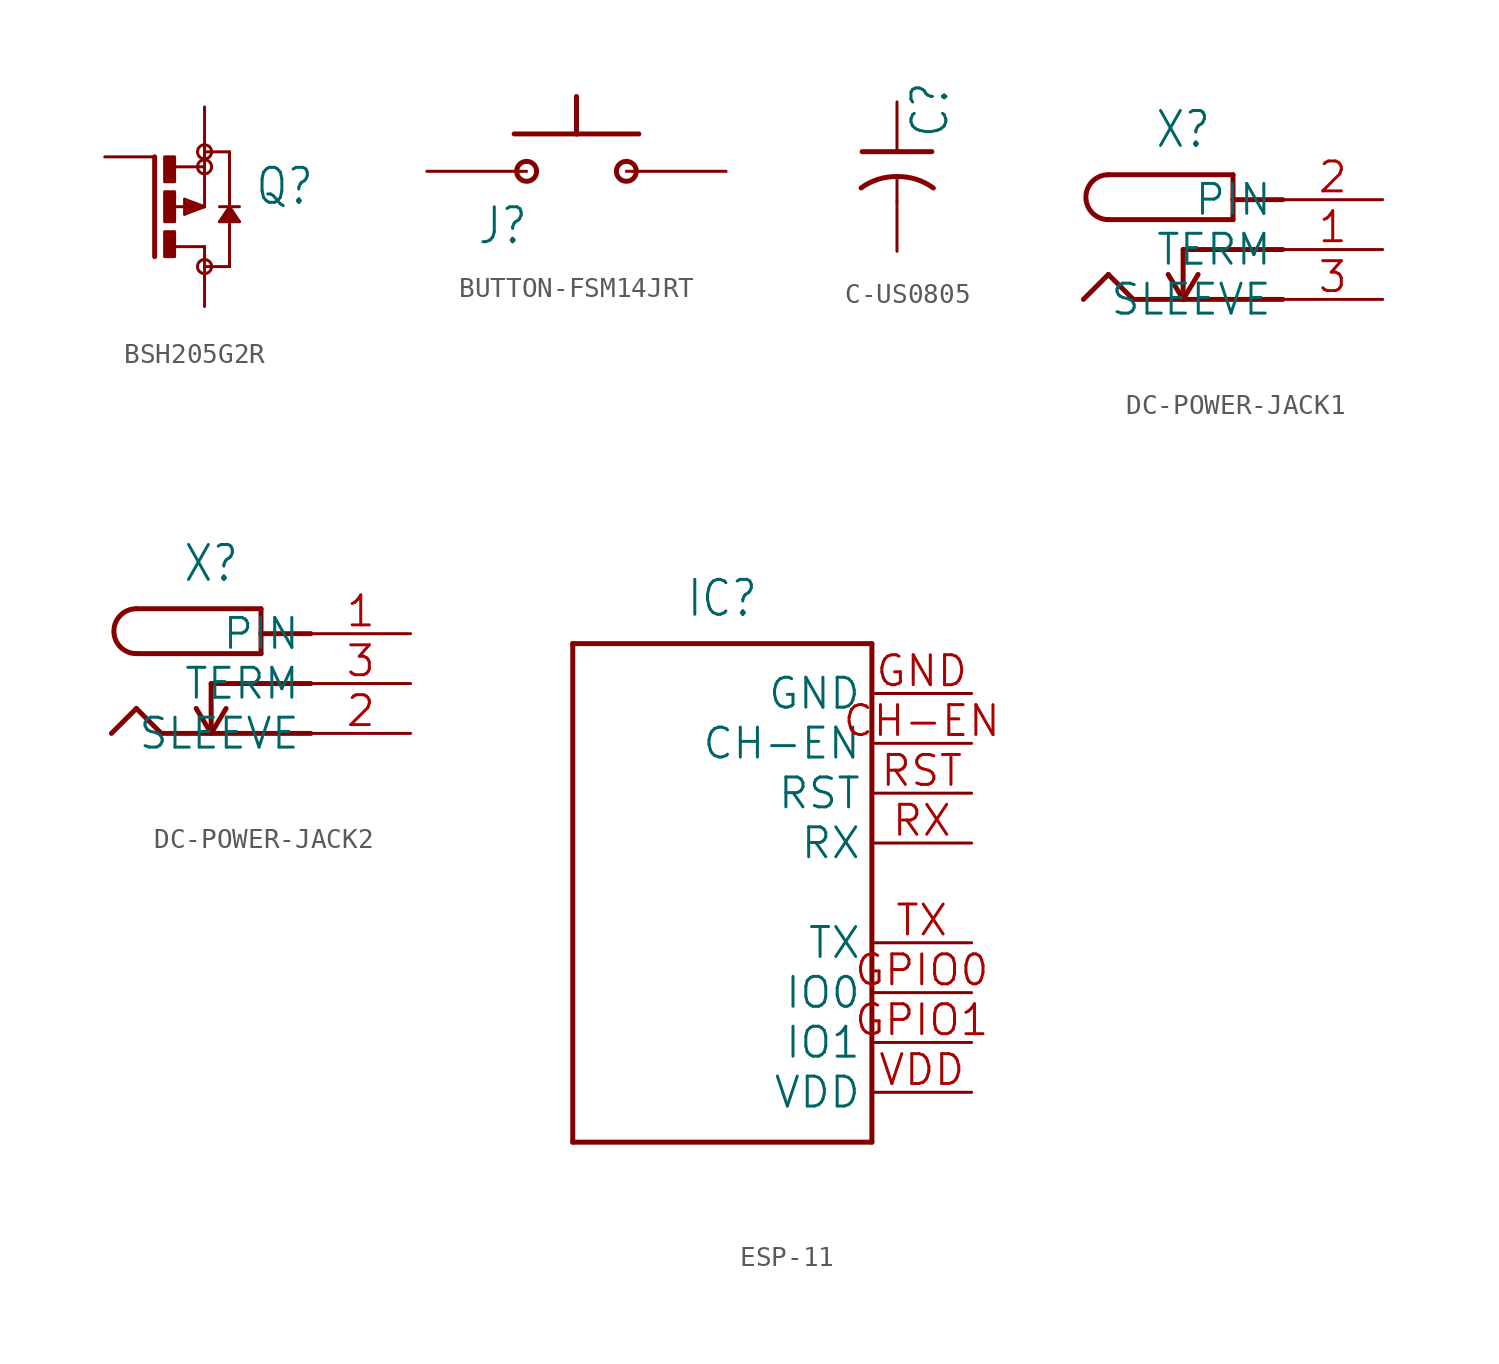
<source format=kicad_sym>
(kicad_symbol_lib
  (version 20241209)
  (generator "kicad_symbol_editor")
  (generator_version "9.0")
  (symbol "BSH205G2R"
    (property "Reference" "Q"
      (at 2.54 0 0)
      (effects (font (size 1.778 1.511)) (justify left bottom)))
    (property "Value" ""
      (at 2.54 -2.54 0)
      (effects (font (size 1.778 1.511)) (justify left bottom)))
    (property "ki_locked" ""
      (at 0 0 0)
      (effects (font (size 1.27 1.27))))
    (symbol "BSH205G2R_1_0"
      (polyline (pts (xy -2.54 2.54) (xy -2.54 -2.54)) (stroke (width 0.254) (type solid)) (fill (type none)))
      (rectangle (start -2.032 1.27) (end -1.524 2.54) (stroke (width 0) (type default)) (fill (type outline)))
      (rectangle (start -2.032 -0.762) (end -1.524 0.762) (stroke (width 0) (type default)) (fill (type outline)))
      (rectangle (start -2.032 -2.54) (end -1.524 -1.27) (stroke (width 0) (type default)) (fill (type outline)))
      (polyline (pts (xy -1.524 2.032) (xy 0 2.032)) (stroke (width 0.152) (type solid)) (fill (type none)))
      (polyline (pts (xy -1.524 0) (xy -0.508 0)) (stroke (width 0.152) (type solid)) (fill (type none)))
      (polyline (pts (xy -1.524 -2.032) (xy 0 -2.032)) (stroke (width 0.152) (type solid)) (fill (type none)))
      (polyline (pts (xy -1.016 0.381) (xy -1.016 -0.381)) (stroke (width 0.152) (type solid)) (fill (type none)))
      (polyline (pts (xy -1.016 -0.381) (xy 0 0)) (stroke (width 0.152) (type solid)) (fill (type none)))
      (polyline (pts (xy -0.889 0.127) (xy -0.508 0)) (stroke (width 0.254) (type solid)) (fill (type none)))
      (polyline (pts (xy -0.889 -0.127) (xy -0.889 0.127)) (stroke (width 0.254) (type solid)) (fill (type none)))
      (polyline (pts (xy -0.508 0) (xy -0.381 0)) (stroke (width 0.152) (type solid)) (fill (type none)))
      (polyline (pts (xy -0.381 0) (xy -0.889 -0.127)) (stroke (width 0.254) (type solid)) (fill (type none)))
      (polyline (pts (xy -0.381 0) (xy 0 0)) (stroke (width 0.152) (type solid)) (fill (type none)))
      (circle (center 0 2.794) (radius 0.359) (stroke (width 0) (type solid)) (fill (type none)))
      (circle (center 0 2.032) (radius 0.359) (stroke (width 0) (type solid)) (fill (type none)))
      (polyline (pts (xy 0 2.032) (xy 0 2.794)) (stroke (width 0.152) (type solid)) (fill (type none)))
      (polyline (pts (xy 0 0) (xy -1.016 0.381)) (stroke (width 0.152) (type solid)) (fill (type none)))
      (polyline (pts (xy 0 0) (xy 0 2.032)) (stroke (width 0.152) (type solid)) (fill (type none)))
      (polyline (pts (xy 0 -2.032) (xy 0 -2.54)) (stroke (width 0.152) (type solid)) (fill (type none)))
      (polyline (pts (xy 0 -3.048) (xy 1.27 -3.048)) (stroke (width 0.152) (type solid)) (fill (type none)))
      (circle (center 0 -3.048) (radius 0.359) (stroke (width 0) (type solid)) (fill (type none)))
      (polyline (pts (xy 0.762 0) (xy 1.778 0)) (stroke (width 0.152) (type solid)) (fill (type none)))
      (polyline (pts (xy 0.762 -0.762) (xy 1.778 -0.762)) (stroke (width 0.152) (type solid)) (fill (type none)))
      (polyline (pts (xy 1.016 -0.635) (xy 1.524 -0.635)) (stroke (width 0.254) (type solid)) (fill (type none)))
      (polyline (pts (xy 1.27 2.794) (xy 0 2.794)) (stroke (width 0.152) (type solid)) (fill (type none)))
      (polyline (pts (xy 1.27 0) (xy 0.762 -0.762)) (stroke (width 0.152) (type solid)) (fill (type none)))
      (polyline (pts (xy 1.27 0) (xy 1.27 2.794)) (stroke (width 0.152) (type solid)) (fill (type none)))
      (polyline (pts (xy 1.27 -0.254) (xy 1.016 -0.635)) (stroke (width 0.254) (type solid)) (fill (type none)))
      (polyline (pts (xy 1.27 -0.254) (xy 1.27 0)) (stroke (width 0.152) (type solid)) (fill (type none)))
      (polyline (pts (xy 1.27 -3.048) (xy 1.27 -0.254)) (stroke (width 0.152) (type solid)) (fill (type none)))
      (polyline (pts (xy 1.524 -0.635) (xy 1.27 -0.254)) (stroke (width 0.254) (type solid)) (fill (type none)))
      (polyline (pts (xy 1.778 -0.762) (xy 1.27 0)) (stroke (width 0.152) (type solid)) (fill (type none)))
      (pin passive line (at -5.08 2.54 0) (length 2.54) (name "G" (effects (font (size 0 0)))) (number "1" (effects (font (size 0 0)))))
      (pin passive line (at 0 5.08 270) (length 2.54) (name "S" (effects (font (size 0 0)))) (number "2" (effects (font (size 0 0)))))
      (pin passive line (at 0 -5.08 90) (length 2.54) (name "D" (effects (font (size 0 0)))) (number "3" (effects (font (size 0 0)))))))
  (symbol "BUTTON-FSM14JRT"
    (property "Reference" "J"
      (at -5.08 -3.81 0)
      (effects (font (size 1.778 1.511)) (justify left bottom)))
    (property "ki_locked" ""
      (at 0 0 0)
      (effects (font (size 1.27 1.27))))
    (symbol "BUTTON-FSM14JRT_1_0"
      (polyline (pts (xy -3.175 1.905) (xy 0 1.905)) (stroke (width 0.254) (type solid)) (fill (type none)))
      (circle (center -2.54 0) (radius 0.508) (stroke (width 0.254) (type solid)) (fill (type none)))
      (polyline (pts (xy 0 1.905) (xy 0 3.81)) (stroke (width 0.254) (type solid)) (fill (type none)))
      (circle (center 2.54 0) (radius 0.508) (stroke (width 0.254) (type solid)) (fill (type none)))
      (polyline (pts (xy 3.175 1.905) (xy 0 1.905)) (stroke (width 0.254) (type solid)) (fill (type none)))
      (pin bidirectional line (at -7.62 0 0) (length 5.08) (name "1" (effects (font (size 0 0)))) (number "P$1" (effects (font (size 0 0)))))
      (pin bidirectional line (at 7.62 0 180) (length 5.08) (name "2" (effects (font (size 0 0)))) (number "P$2" (effects (font (size 0 0)))))))
  (symbol "C-US0805"
    (property "Reference" "C"
      (at 0.635 0.635 90)
      (effects (font (size 1.778 1.511)) (justify left top)))
    (property "Value" ""
      (at -0.635 -2.54 90)
      (effects (font (size 1.778 1.511)) (justify right bottom)))
    (property "ki_locked" ""
      (at 0 0 0)
      (effects (font (size 1.27 1.27))))
    (symbol "C-US0805_1_0"
      (polyline (pts (xy -1.778 0) (xy 1.778 0)) (stroke (width 0.254) (type solid)) (fill (type none)))
      (arc (start -1.8318 -1.8504) (mid -0.9637 -1.4095) (end 0 -1.27) (stroke (width 0.254) (type solid)) (fill (type none)))
      (polyline (pts (xy 0 -1.27) (xy 0 -2.54)) (stroke (width 0.152) (type solid)) (fill (type none)))
      (arc (start 0 -1.27) (mid 0.9758 -1.4075) (end 1.8542 -1.8542) (stroke (width 0.254) (type solid)) (fill (type none)))
      (pin passive line (at 0 2.54 270) (length 2.54) (name "1" (effects (font (size 0 0)))) (number "1" (effects (font (size 0 0)))))
      (pin passive line (at 0 -5.08 90) (length 2.54) (name "2" (effects (font (size 0 0)))) (number "2" (effects (font (size 0 0)))))))
  (symbol "DC-POWER-JACK1"
    (property "Reference" "X"
      (at -2.54 5.08 0)
      (effects (font (size 1.778 1.511)) (justify bottom)))
    (property "Value" ""
      (at -2.54 -5.08 0)
      (effects (font (size 1.778 1.511)) (justify top)))
    (property "ki_locked" ""
      (at 0 0 0)
      (effects (font (size 1.27 1.27))))
    (symbol "DC-POWER-JACK1_1_0"
      (polyline (pts (xy -7.62 -2.54) (xy -6.35 -1.27)) (stroke (width 0.254) (type solid)) (fill (type none)))
      (arc (start -6.35 1.524) (mid -7.493 2.667) (end -6.35 3.81) (stroke (width 0.254) (type solid)) (fill (type none)))
      (polyline (pts (xy -5.08 -2.54) (xy -6.35 -1.27)) (stroke (width 0.254) (type solid)) (fill (type none)))
      (polyline (pts (xy -3.302 -1.27) (xy -2.54 -2.54)) (stroke (width 0.254) (type solid)) (fill (type none)))
      (polyline (pts (xy -2.54 0) (xy -2.54 -2.54)) (stroke (width 0.254) (type solid)) (fill (type none)))
      (polyline (pts (xy -2.54 -2.54) (xy -1.778 -1.27)) (stroke (width 0.254) (type solid)) (fill (type none)))
      (polyline (pts (xy 0 3.81) (xy -6.35 3.81)) (stroke (width 0.254) (type solid)) (fill (type none)))
      (polyline (pts (xy 0 2.54) (xy 0 3.81)) (stroke (width 0.254) (type solid)) (fill (type none)))
      (polyline (pts (xy 0 2.54) (xy 2.54 2.54)) (stroke (width 0.254) (type solid)) (fill (type none)))
      (polyline (pts (xy 0 1.524) (xy -6.35 1.524)) (stroke (width 0.254) (type solid)) (fill (type none)))
      (polyline (pts (xy 0 1.524) (xy 0 2.54)) (stroke (width 0.254) (type solid)) (fill (type none)))
      (polyline (pts (xy 2.54 0) (xy -2.54 0)) (stroke (width 0.254) (type solid)) (fill (type none)))
      (polyline (pts (xy 2.54 -2.54) (xy -5.08 -2.54)) (stroke (width 0.254) (type solid)) (fill (type none)))
      (pin power_in line (at 7.62 2.54 180) (length 5.08) (name "PIN" (effects (font (size 1.524 1.524)))) (number "2" (effects (font (size 1.524 1.524)))))
      (pin bidirectional line (at 7.62 0 180) (length 5.08) (name "TERM" (effects (font (size 1.524 1.524)))) (number "1" (effects (font (size 1.524 1.524)))))
      (pin power_in line (at 7.62 -2.54 180) (length 5.08) (name "SLEEVE" (effects (font (size 1.524 1.524)))) (number "3" (effects (font (size 1.524 1.524)))))))
  (symbol "DC-POWER-JACK2"
    (property "Reference" "X"
      (at -2.54 5.08 0)
      (effects (font (size 1.778 1.511)) (justify bottom)))
    (property "Value" ""
      (at -2.54 -5.08 0)
      (effects (font (size 1.778 1.511)) (justify top)))
    (property "ki_locked" ""
      (at 0 0 0)
      (effects (font (size 1.27 1.27))))
    (symbol "DC-POWER-JACK2_1_0"
      (polyline (pts (xy -7.62 -2.54) (xy -6.35 -1.27)) (stroke (width 0.254) (type solid)) (fill (type none)))
      (arc (start -6.35 1.524) (mid -7.493 2.667) (end -6.35 3.81) (stroke (width 0.254) (type solid)) (fill (type none)))
      (polyline (pts (xy -5.08 -2.54) (xy -6.35 -1.27)) (stroke (width 0.254) (type solid)) (fill (type none)))
      (polyline (pts (xy -3.302 -1.27) (xy -2.54 -2.54)) (stroke (width 0.254) (type solid)) (fill (type none)))
      (polyline (pts (xy -2.54 0) (xy -2.54 -2.54)) (stroke (width 0.254) (type solid)) (fill (type none)))
      (polyline (pts (xy -2.54 -2.54) (xy -1.778 -1.27)) (stroke (width 0.254) (type solid)) (fill (type none)))
      (polyline (pts (xy 0 3.81) (xy -6.35 3.81)) (stroke (width 0.254) (type solid)) (fill (type none)))
      (polyline (pts (xy 0 2.54) (xy 0 3.81)) (stroke (width 0.254) (type solid)) (fill (type none)))
      (polyline (pts (xy 0 2.54) (xy 2.54 2.54)) (stroke (width 0.254) (type solid)) (fill (type none)))
      (polyline (pts (xy 0 1.524) (xy -6.35 1.524)) (stroke (width 0.254) (type solid)) (fill (type none)))
      (polyline (pts (xy 0 1.524) (xy 0 2.54)) (stroke (width 0.254) (type solid)) (fill (type none)))
      (polyline (pts (xy 2.54 0) (xy -2.54 0)) (stroke (width 0.254) (type solid)) (fill (type none)))
      (polyline (pts (xy 2.54 -2.54) (xy -5.08 -2.54)) (stroke (width 0.254) (type solid)) (fill (type none)))
      (pin power_in line (at 7.62 2.54 180) (length 5.08) (name "PIN" (effects (font (size 1.524 1.524)))) (number "1" (effects (font (size 1.524 1.524)))))
      (pin bidirectional line (at 7.62 0 180) (length 5.08) (name "TERM" (effects (font (size 1.524 1.524)))) (number "3" (effects (font (size 1.524 1.524)))))
      (pin power_in line (at 7.62 -2.54 180) (length 5.08) (name "SLEEVE" (effects (font (size 1.524 1.524)))) (number "2" (effects (font (size 1.524 1.524)))))))
  (symbol "ESP-11"
    (property "Reference" "IC"
      (at 0 13.97 0)
      (effects (font (size 1.778 1.511)) (justify bottom)))
    (property "Value" ""
      (at 0 -13.97 0)
      (effects (font (size 1.778 1.511)) (justify top)))
    (property "ki_locked" ""
      (at 0 0 0)
      (effects (font (size 1.27 1.27))))
    (symbol "ESP-11_1_0"
      (polyline (pts (xy -7.62 12.7) (xy 7.62 12.7)) (stroke (width 0.254) (type solid)) (fill (type none)))
      (polyline (pts (xy -7.62 -12.7) (xy -7.62 12.7)) (stroke (width 0.254) (type solid)) (fill (type none)))
      (polyline (pts (xy 7.62 12.7) (xy 7.62 -12.7)) (stroke (width 0.254) (type solid)) (fill (type none)))
      (polyline (pts (xy 7.62 -12.7) (xy -7.62 -12.7)) (stroke (width 0.254) (type solid)) (fill (type none)))
      (pin bidirectional line (at 12.7 10.16 180) (length 5.08) (name "GND" (effects (font (size 1.524 1.524)))) (number "GND" (effects (font (size 1.524 1.524)))))
      (pin bidirectional line (at 12.7 7.62 180) (length 5.08) (name "CH-EN" (effects (font (size 1.524 1.524)))) (number "CH-EN" (effects (font (size 1.524 1.524)))))
      (pin bidirectional line (at 12.7 5.08 180) (length 5.08) (name "RST" (effects (font (size 1.524 1.524)))) (number "RST" (effects (font (size 1.524 1.524)))))
      (pin bidirectional line (at 12.7 2.54 180) (length 5.08) (name "RX" (effects (font (size 1.524 1.524)))) (number "RX" (effects (font (size 1.524 1.524)))))
      (pin bidirectional line (at 12.7 -2.54 180) (length 5.08) (name "TX" (effects (font (size 1.524 1.524)))) (number "TX" (effects (font (size 1.524 1.524)))))
      (pin bidirectional line (at 12.7 -5.08 180) (length 5.08) (name "IO0" (effects (font (size 1.524 1.524)))) (number "GPIO0" (effects (font (size 1.524 1.524)))))
      (pin bidirectional line (at 12.7 -7.62 180) (length 5.08) (name "IO1" (effects (font (size 1.524 1.524)))) (number "GPIO1" (effects (font (size 1.524 1.524)))))
      (pin bidirectional line (at 12.7 -10.16 180) (length 5.08) (name "VDD" (effects (font (size 1.524 1.524)))) (number "VDD" (effects (font (size 1.524 1.524))))))))
</source>
